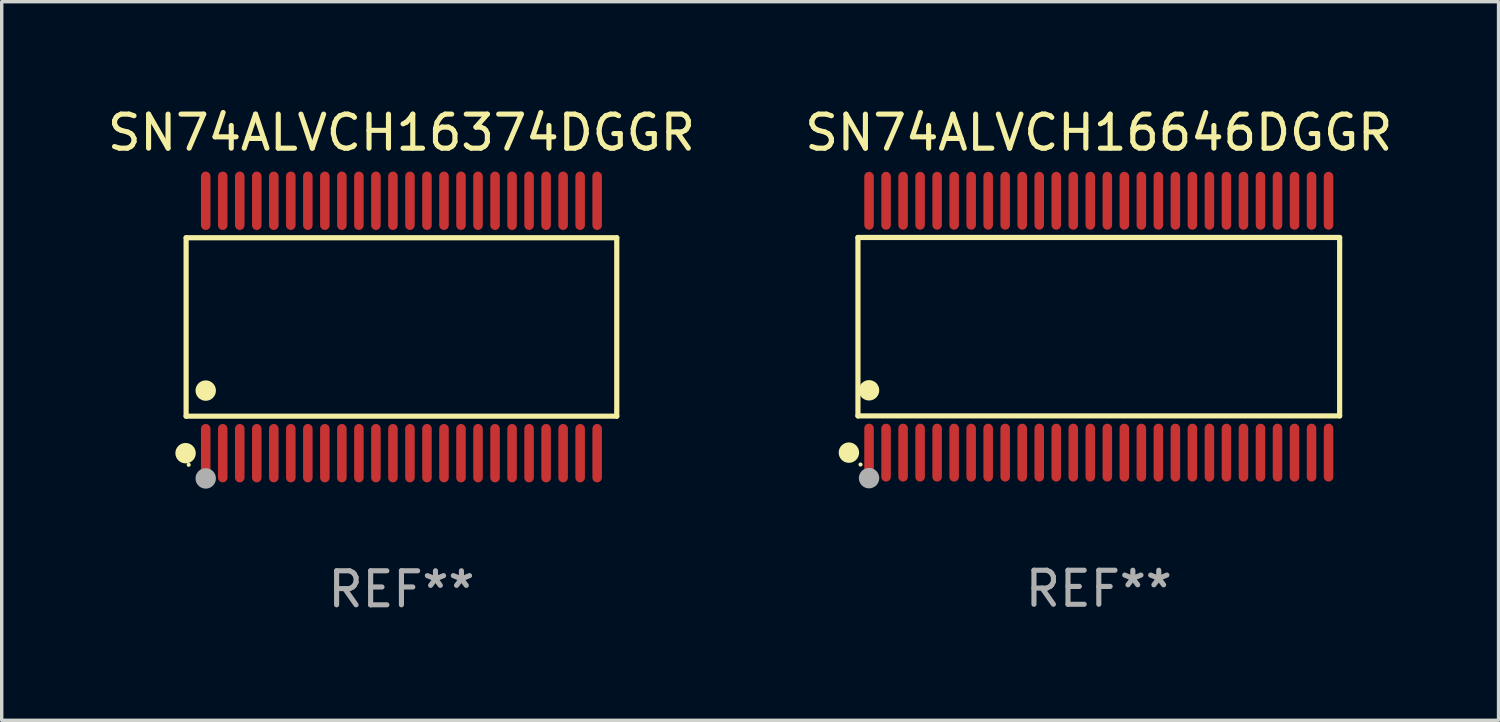
<source format=kicad_pcb>
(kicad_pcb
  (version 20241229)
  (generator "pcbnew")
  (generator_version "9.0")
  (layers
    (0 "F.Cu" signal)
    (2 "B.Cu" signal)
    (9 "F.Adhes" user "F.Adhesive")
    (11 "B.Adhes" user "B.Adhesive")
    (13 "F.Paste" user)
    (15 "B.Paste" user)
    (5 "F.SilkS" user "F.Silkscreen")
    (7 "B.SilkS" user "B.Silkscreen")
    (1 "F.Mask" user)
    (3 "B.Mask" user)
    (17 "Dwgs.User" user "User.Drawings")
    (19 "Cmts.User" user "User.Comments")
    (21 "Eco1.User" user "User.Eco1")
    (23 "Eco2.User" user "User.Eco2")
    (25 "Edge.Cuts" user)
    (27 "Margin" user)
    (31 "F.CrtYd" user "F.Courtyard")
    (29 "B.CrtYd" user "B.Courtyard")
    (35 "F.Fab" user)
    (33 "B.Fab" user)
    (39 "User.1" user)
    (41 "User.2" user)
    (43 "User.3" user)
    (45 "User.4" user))
  (footprint "SN74ALVCH16374DGGR"
    (layer "F.Cu")
    (at 8.744 6.556)
    (property "Reference" "SN74ALVCH16374DGGR" (at 0 -5.708 0) (layer "F.SilkS") (effects (font (size 1 1) (thickness 0.15))))
    (attr through_hole)
    (fp_line (start -6.326 -2.622) (end 6.326 -2.622) (stroke (width 0.152) (type solid)) (layer "F.SilkS"))
    (fp_line (start -6.326 2.621) (end -6.326 -2.622) (stroke (width 0.152) (type solid)) (layer "F.SilkS"))
    (fp_line (start 6.326 -2.622) (end 6.326 2.621) (stroke (width 0.152) (type solid)) (layer "F.SilkS"))
    (fp_line (start 6.326 2.621) (end -6.326 2.621) (stroke (width 0.152) (type solid)) (layer "F.SilkS"))
    (fp_circle (center -6.342 3.708) (end -6.192 3.708) (stroke (width 0.3) (type solid)) (fill no) (layer "F.SilkS"))
    (fp_circle (center -6.25 4.05) (end -6.22 4.05) (stroke (width 0.06) (type solid)) (fill no) (layer "F.SilkS"))
    (fp_circle (center -5.75 1.869) (end -5.6 1.869) (stroke (width 0.3) (type solid)) (fill no) (layer "F.SilkS"))
    (fp_circle (center -5.75 4.45) (end -5.6 4.45) (stroke (width 0.3) (type solid)) (fill no) (layer "F.Fab"))
    (fp_text user "REF**" (at 0 7.708 0) (layer "F.Fab") (effects (font (size 1 1) (thickness 0.15))))
    (pad "1" smd oval (at -5.75 3.708) (size 0.28 1.715) (layers "F.Cu" "F.Mask" "F.Paste"))
    (pad "2" smd oval (at -5.25 3.708) (size 0.28 1.715) (layers "F.Cu" "F.Mask" "F.Paste"))
    (pad "3" smd oval (at -4.75 3.708) (size 0.28 1.715) (layers "F.Cu" "F.Mask" "F.Paste"))
    (pad "4" smd oval (at -4.25 3.708) (size 0.28 1.715) (layers "F.Cu" "F.Mask" "F.Paste"))
    (pad "5" smd oval (at -3.75 3.708) (size 0.28 1.715) (layers "F.Cu" "F.Mask" "F.Paste"))
    (pad "6" smd oval (at -3.25 3.708) (size 0.28 1.715) (layers "F.Cu" "F.Mask" "F.Paste"))
    (pad "7" smd oval (at -2.75 3.708) (size 0.28 1.715) (layers "F.Cu" "F.Mask" "F.Paste"))
    (pad "8" smd oval (at -2.25 3.708) (size 0.28 1.715) (layers "F.Cu" "F.Mask" "F.Paste"))
    (pad "9" smd oval (at -1.75 3.708) (size 0.28 1.715) (layers "F.Cu" "F.Mask" "F.Paste"))
    (pad "10" smd oval (at -1.25 3.708) (size 0.28 1.715) (layers "F.Cu" "F.Mask" "F.Paste"))
    (pad "11" smd oval (at -0.75 3.708) (size 0.28 1.715) (layers "F.Cu" "F.Mask" "F.Paste"))
    (pad "12" smd oval (at -0.25 3.708) (size 0.28 1.715) (layers "F.Cu" "F.Mask" "F.Paste"))
    (pad "13" smd oval (at 0.25 3.708) (size 0.28 1.715) (layers "F.Cu" "F.Mask" "F.Paste"))
    (pad "14" smd oval (at 0.75 3.708) (size 0.28 1.715) (layers "F.Cu" "F.Mask" "F.Paste"))
    (pad "15" smd oval (at 1.25 3.708) (size 0.28 1.715) (layers "F.Cu" "F.Mask" "F.Paste"))
    (pad "16" smd oval (at 1.75 3.708) (size 0.28 1.715) (layers "F.Cu" "F.Mask" "F.Paste"))
    (pad "17" smd oval (at 2.25 3.708) (size 0.28 1.715) (layers "F.Cu" "F.Mask" "F.Paste"))
    (pad "18" smd oval (at 2.75 3.708) (size 0.28 1.715) (layers "F.Cu" "F.Mask" "F.Paste"))
    (pad "19" smd oval (at 3.25 3.708) (size 0.28 1.715) (layers "F.Cu" "F.Mask" "F.Paste"))
    (pad "20" smd oval (at 3.75 3.708) (size 0.28 1.715) (layers "F.Cu" "F.Mask" "F.Paste"))
    (pad "21" smd oval (at 4.25 3.708) (size 0.28 1.715) (layers "F.Cu" "F.Mask" "F.Paste"))
    (pad "22" smd oval (at 4.75 3.708) (size 0.28 1.715) (layers "F.Cu" "F.Mask" "F.Paste"))
    (pad "23" smd oval (at 5.25 3.708) (size 0.28 1.715) (layers "F.Cu" "F.Mask" "F.Paste"))
    (pad "24" smd oval (at 5.75 3.708) (size 0.28 1.715) (layers "F.Cu" "F.Mask" "F.Paste"))
    (pad "25" smd oval (at 5.75 -3.708) (size 0.28 1.715) (layers "F.Cu" "F.Mask" "F.Paste"))
    (pad "26" smd oval (at 5.25 -3.708) (size 0.28 1.715) (layers "F.Cu" "F.Mask" "F.Paste"))
    (pad "27" smd oval (at 4.75 -3.708) (size 0.28 1.715) (layers "F.Cu" "F.Mask" "F.Paste"))
    (pad "28" smd oval (at 4.25 -3.708) (size 0.28 1.715) (layers "F.Cu" "F.Mask" "F.Paste"))
    (pad "29" smd oval (at 3.75 -3.708) (size 0.28 1.715) (layers "F.Cu" "F.Mask" "F.Paste"))
    (pad "30" smd oval (at 3.25 -3.708) (size 0.28 1.715) (layers "F.Cu" "F.Mask" "F.Paste"))
    (pad "31" smd oval (at 2.75 -3.708) (size 0.28 1.715) (layers "F.Cu" "F.Mask" "F.Paste"))
    (pad "32" smd oval (at 2.25 -3.708) (size 0.28 1.715) (layers "F.Cu" "F.Mask" "F.Paste"))
    (pad "33" smd oval (at 1.75 -3.708) (size 0.28 1.715) (layers "F.Cu" "F.Mask" "F.Paste"))
    (pad "34" smd oval (at 1.25 -3.708) (size 0.28 1.715) (layers "F.Cu" "F.Mask" "F.Paste"))
    (pad "35" smd oval (at 0.75 -3.708) (size 0.28 1.715) (layers "F.Cu" "F.Mask" "F.Paste"))
    (pad "36" smd oval (at 0.25 -3.708) (size 0.28 1.715) (layers "F.Cu" "F.Mask" "F.Paste"))
    (pad "37" smd oval (at -0.25 -3.708) (size 0.28 1.715) (layers "F.Cu" "F.Mask" "F.Paste"))
    (pad "38" smd oval (at -0.75 -3.708) (size 0.28 1.715) (layers "F.Cu" "F.Mask" "F.Paste"))
    (pad "39" smd oval (at -1.25 -3.708) (size 0.28 1.715) (layers "F.Cu" "F.Mask" "F.Paste"))
    (pad "40" smd oval (at -1.75 -3.708) (size 0.28 1.715) (layers "F.Cu" "F.Mask" "F.Paste"))
    (pad "41" smd oval (at -2.25 -3.708) (size 0.28 1.715) (layers "F.Cu" "F.Mask" "F.Paste"))
    (pad "42" smd oval (at -2.75 -3.708) (size 0.28 1.715) (layers "F.Cu" "F.Mask" "F.Paste"))
    (pad "43" smd oval (at -3.25 -3.708) (size 0.28 1.715) (layers "F.Cu" "F.Mask" "F.Paste"))
    (pad "44" smd oval (at -3.75 -3.708) (size 0.28 1.715) (layers "F.Cu" "F.Mask" "F.Paste"))
    (pad "45" smd oval (at -4.25 -3.708) (size 0.28 1.715) (layers "F.Cu" "F.Mask" "F.Paste"))
    (pad "46" smd oval (at -4.75 -3.708) (size 0.28 1.715) (layers "F.Cu" "F.Mask" "F.Paste"))
    (pad "47" smd oval (at -5.25 -3.708) (size 0.28 1.715) (layers "F.Cu" "F.Mask" "F.Paste"))
    (pad "48" smd oval (at -5.75 -3.708) (size 0.28 1.715) (layers "F.Cu" "F.Mask" "F.Paste")))
  (footprint "SN74ALVCH16646DGGR"
    (layer "F.Cu")
    (at 29.232 6.548)
    (property "Reference" "SN74ALVCH16646DGGR" (at 0 -5.7 0) (layer "F.SilkS") (effects (font (size 1 1) (thickness 0.15))))
    (attr through_hole)
    (fp_line (start -7.076 -2.621) (end 7.076 -2.621) (stroke (width 0.152) (type solid)) (layer "F.SilkS"))
    (fp_line (start -7.076 2.621) (end -7.076 -2.621) (stroke (width 0.152) (type solid)) (layer "F.SilkS"))
    (fp_line (start 7.076 -2.621) (end 7.076 2.621) (stroke (width 0.152) (type solid)) (layer "F.SilkS"))
    (fp_line (start 7.076 2.621) (end -7.076 2.621) (stroke (width 0.152) (type solid)) (layer "F.SilkS"))
    (fp_circle (center -7.342 3.7) (end -7.192 3.7) (stroke (width 0.3) (type solid)) (fill no) (layer "F.SilkS"))
    (fp_circle (center -7 4.05) (end -6.97 4.05) (stroke (width 0.06) (type solid)) (fill no) (layer "F.SilkS"))
    (fp_circle (center -6.75 1.869) (end -6.6 1.869) (stroke (width 0.3) (type solid)) (fill no) (layer "F.SilkS"))
    (fp_circle (center -6.75 4.45) (end -6.6 4.45) (stroke (width 0.3) (type solid)) (fill no) (layer "F.Fab"))
    (fp_text user "REF**" (at 0 7.7 0) (layer "F.Fab") (effects (font (size 1 1) (thickness 0.15))))
    (pad "1" smd oval (at -6.75 3.7) (size 0.28 1.7) (layers "F.Cu" "F.Mask" "F.Paste"))
    (pad "2" smd oval (at -6.25 3.7) (size 0.28 1.7) (layers "F.Cu" "F.Mask" "F.Paste"))
    (pad "3" smd oval (at -5.75 3.7) (size 0.28 1.7) (layers "F.Cu" "F.Mask" "F.Paste"))
    (pad "4" smd oval (at -5.25 3.7) (size 0.28 1.7) (layers "F.Cu" "F.Mask" "F.Paste"))
    (pad "5" smd oval (at -4.75 3.7) (size 0.28 1.7) (layers "F.Cu" "F.Mask" "F.Paste"))
    (pad "6" smd oval (at -4.25 3.7) (size 0.28 1.7) (layers "F.Cu" "F.Mask" "F.Paste"))
    (pad "7" smd oval (at -3.75 3.7) (size 0.28 1.7) (layers "F.Cu" "F.Mask" "F.Paste"))
    (pad "8" smd oval (at -3.25 3.7) (size 0.28 1.7) (layers "F.Cu" "F.Mask" "F.Paste"))
    (pad "9" smd oval (at -2.75 3.7) (size 0.28 1.7) (layers "F.Cu" "F.Mask" "F.Paste"))
    (pad "10" smd oval (at -2.25 3.7) (size 0.28 1.7) (layers "F.Cu" "F.Mask" "F.Paste"))
    (pad "11" smd oval (at -1.75 3.7) (size 0.28 1.7) (layers "F.Cu" "F.Mask" "F.Paste"))
    (pad "12" smd oval (at -1.25 3.7) (size 0.28 1.7) (layers "F.Cu" "F.Mask" "F.Paste"))
    (pad "13" smd oval (at -0.75 3.7) (size 0.28 1.7) (layers "F.Cu" "F.Mask" "F.Paste"))
    (pad "14" smd oval (at -0.25 3.7) (size 0.28 1.7) (layers "F.Cu" "F.Mask" "F.Paste"))
    (pad "15" smd oval (at 0.25 3.7) (size 0.28 1.7) (layers "F.Cu" "F.Mask" "F.Paste"))
    (pad "16" smd oval (at 0.75 3.7) (size 0.28 1.7) (layers "F.Cu" "F.Mask" "F.Paste"))
    (pad "17" smd oval (at 1.25 3.7) (size 0.28 1.7) (layers "F.Cu" "F.Mask" "F.Paste"))
    (pad "18" smd oval (at 1.75 3.7) (size 0.28 1.7) (layers "F.Cu" "F.Mask" "F.Paste"))
    (pad "19" smd oval (at 2.25 3.7) (size 0.28 1.7) (layers "F.Cu" "F.Mask" "F.Paste"))
    (pad "20" smd oval (at 2.75 3.7) (size 0.28 1.7) (layers "F.Cu" "F.Mask" "F.Paste"))
    (pad "21" smd oval (at 3.25 3.7) (size 0.28 1.7) (layers "F.Cu" "F.Mask" "F.Paste"))
    (pad "22" smd oval (at 3.75 3.7) (size 0.28 1.7) (layers "F.Cu" "F.Mask" "F.Paste"))
    (pad "23" smd oval (at 4.25 3.7) (size 0.28 1.7) (layers "F.Cu" "F.Mask" "F.Paste"))
    (pad "24" smd oval (at 4.75 3.7) (size 0.28 1.7) (layers "F.Cu" "F.Mask" "F.Paste"))
    (pad "25" smd oval (at 5.25 3.7) (size 0.28 1.7) (layers "F.Cu" "F.Mask" "F.Paste"))
    (pad "26" smd oval (at 5.75 3.7) (size 0.28 1.7) (layers "F.Cu" "F.Mask" "F.Paste"))
    (pad "27" smd oval (at 6.25 3.7) (size 0.28 1.7) (layers "F.Cu" "F.Mask" "F.Paste"))
    (pad "28" smd oval (at 6.75 3.7) (size 0.28 1.7) (layers "F.Cu" "F.Mask" "F.Paste"))
    (pad "29" smd oval (at 6.75 -3.7) (size 0.28 1.7) (layers "F.Cu" "F.Mask" "F.Paste"))
    (pad "30" smd oval (at 6.25 -3.7) (size 0.28 1.7) (layers "F.Cu" "F.Mask" "F.Paste"))
    (pad "31" smd oval (at 5.75 -3.7) (size 0.28 1.7) (layers "F.Cu" "F.Mask" "F.Paste"))
    (pad "32" smd oval (at 5.25 -3.7) (size 0.28 1.7) (layers "F.Cu" "F.Mask" "F.Paste"))
    (pad "33" smd oval (at 4.75 -3.7) (size 0.28 1.7) (layers "F.Cu" "F.Mask" "F.Paste"))
    (pad "34" smd oval (at 4.25 -3.7) (size 0.28 1.7) (layers "F.Cu" "F.Mask" "F.Paste"))
    (pad "35" smd oval (at 3.75 -3.7) (size 0.28 1.7) (layers "F.Cu" "F.Mask" "F.Paste"))
    (pad "36" smd oval (at 3.25 -3.7) (size 0.28 1.7) (layers "F.Cu" "F.Mask" "F.Paste"))
    (pad "37" smd oval (at 2.75 -3.7) (size 0.28 1.7) (layers "F.Cu" "F.Mask" "F.Paste"))
    (pad "38" smd oval (at 2.25 -3.7) (size 0.28 1.7) (layers "F.Cu" "F.Mask" "F.Paste"))
    (pad "39" smd oval (at 1.75 -3.7) (size 0.28 1.7) (layers "F.Cu" "F.Mask" "F.Paste"))
    (pad "40" smd oval (at 1.25 -3.7) (size 0.28 1.7) (layers "F.Cu" "F.Mask" "F.Paste"))
    (pad "41" smd oval (at 0.75 -3.7) (size 0.28 1.7) (layers "F.Cu" "F.Mask" "F.Paste"))
    (pad "42" smd oval (at 0.25 -3.7) (size 0.28 1.7) (layers "F.Cu" "F.Mask" "F.Paste"))
    (pad "43" smd oval (at -0.25 -3.7) (size 0.28 1.7) (layers "F.Cu" "F.Mask" "F.Paste"))
    (pad "44" smd oval (at -0.75 -3.7) (size 0.28 1.7) (layers "F.Cu" "F.Mask" "F.Paste"))
    (pad "45" smd oval (at -1.25 -3.7) (size 0.28 1.7) (layers "F.Cu" "F.Mask" "F.Paste"))
    (pad "46" smd oval (at -1.75 -3.7) (size 0.28 1.7) (layers "F.Cu" "F.Mask" "F.Paste"))
    (pad "47" smd oval (at -2.25 -3.7) (size 0.28 1.7) (layers "F.Cu" "F.Mask" "F.Paste"))
    (pad "48" smd oval (at -2.75 -3.7) (size 0.28 1.7) (layers "F.Cu" "F.Mask" "F.Paste"))
    (pad "49" smd oval (at -3.25 -3.7) (size 0.28 1.7) (layers "F.Cu" "F.Mask" "F.Paste"))
    (pad "50" smd oval (at -3.75 -3.7) (size 0.28 1.7) (layers "F.Cu" "F.Mask" "F.Paste"))
    (pad "51" smd oval (at -4.25 -3.7) (size 0.28 1.7) (layers "F.Cu" "F.Mask" "F.Paste"))
    (pad "52" smd oval (at -4.75 -3.7) (size 0.28 1.7) (layers "F.Cu" "F.Mask" "F.Paste"))
    (pad "53" smd oval (at -5.25 -3.7) (size 0.28 1.7) (layers "F.Cu" "F.Mask" "F.Paste"))
    (pad "54" smd oval (at -5.75 -3.7) (size 0.28 1.7) (layers "F.Cu" "F.Mask" "F.Paste"))
    (pad "55" smd oval (at -6.25 -3.7) (size 0.28 1.7) (layers "F.Cu" "F.Mask" "F.Paste"))
    (pad "56" smd oval (at -6.75 -3.7) (size 0.28 1.7) (layers "F.Cu" "F.Mask" "F.Paste")))
  (gr_rect
    (start -3 -3)
    (end 40.976 18.112)
    (stroke (width 0.1) (type default))
    (fill no)
    (layer "Edge.Cuts")))
</source>
